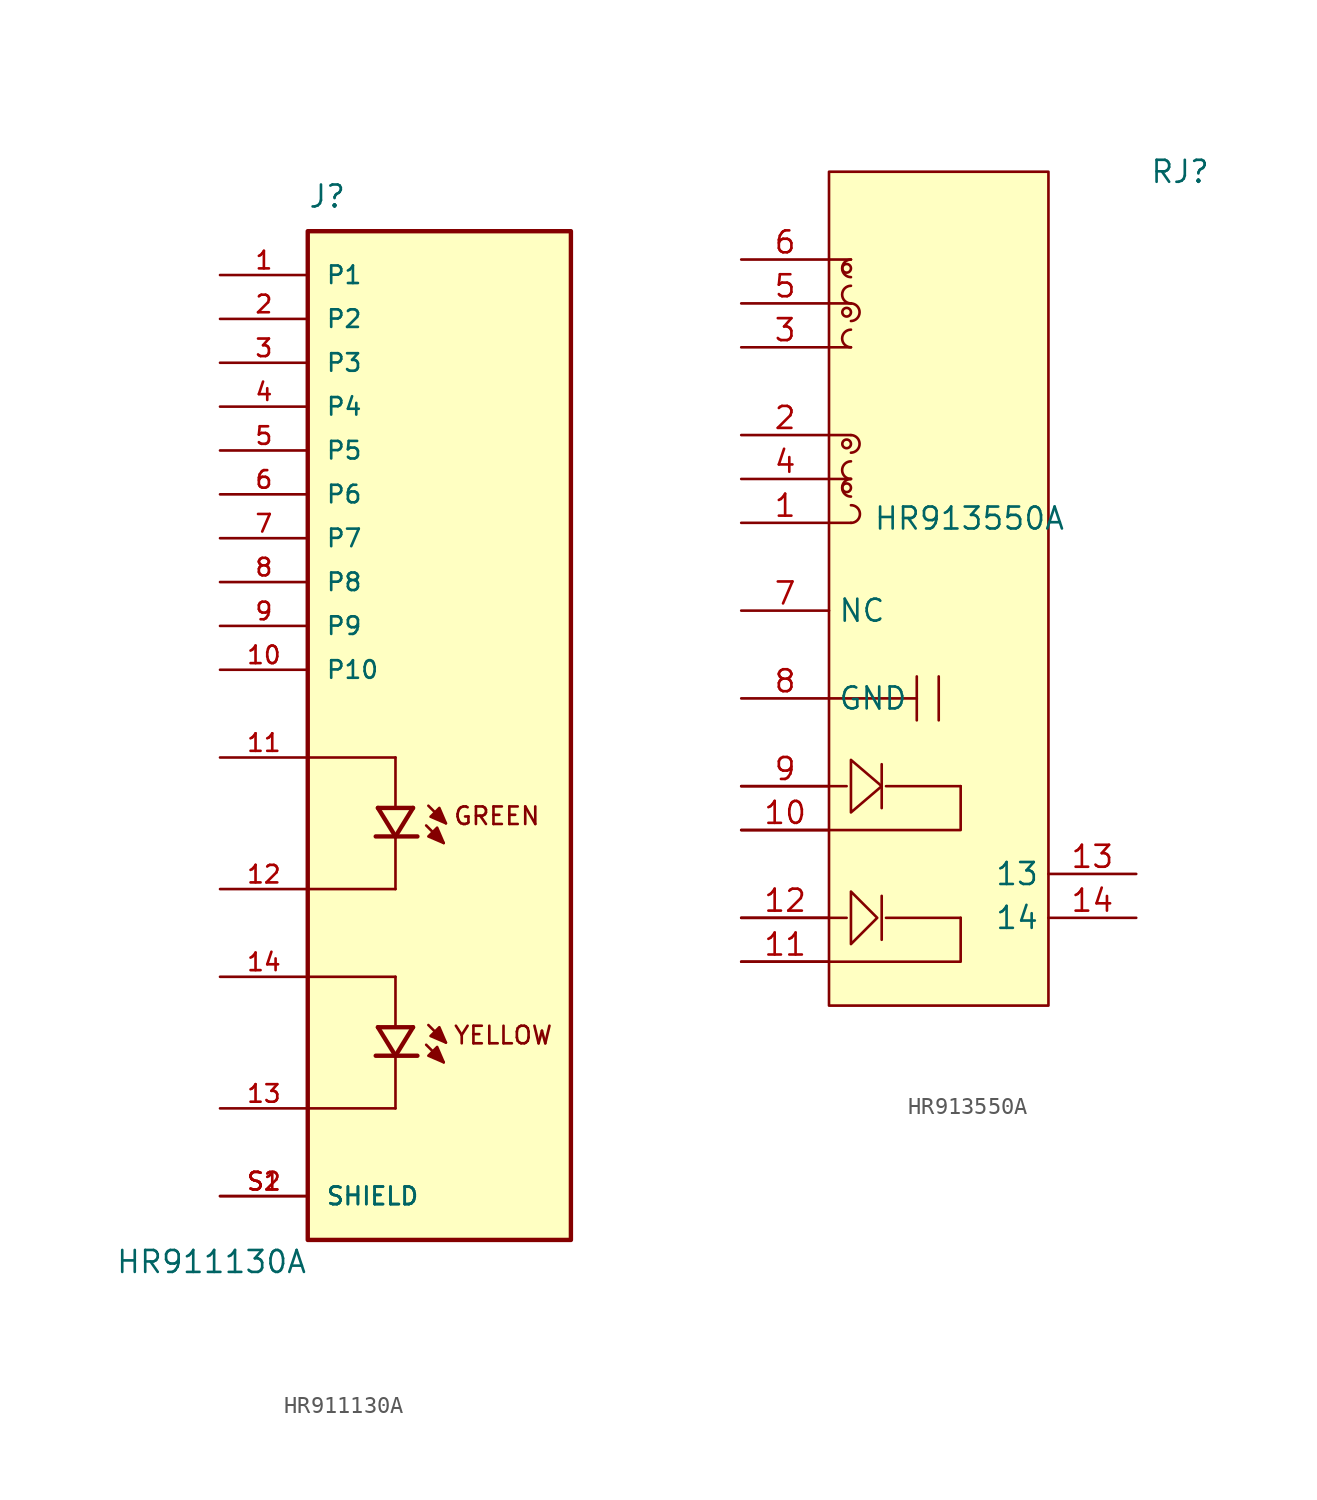
<source format=kicad_sym>
(kicad_symbol_lib
  (version 20241209)
  (generator "kicad_symbol_editor")
  (generator_version "9.0")
  (symbol "HR911130A"
    (pin_names
      (offset 1.016))
    (property "Reference" "J"
      (at -7.62 29.21 0)
      (effects (font (size 1.27 1.27)) (justify left bottom)))
    (property "Value" "HR911130A"
      (at -7.62 -31.75 0)
      (effects (font (size 1.27 1.27)) (justify right)))
    (symbol "HR911130A_0_0"
      (rectangle (start -7.62 27.94) (end 7.62 -30.48) (stroke (width 0.254) (type default)) (fill (type background)))
      (polyline (pts (xy -7.62 -2.54) (xy -2.54 -2.54)) (stroke (width 0.152) (type default)) (fill (type none)))
      (polyline (pts (xy -7.62 -15.24) (xy -2.54 -15.24)) (stroke (width 0.152) (type default)) (fill (type none)))
      (polyline (pts (xy -3.683 -7.112) (xy -2.54 -7.112)) (stroke (width 0.254) (type default)) (fill (type none)))
      (polyline (pts (xy -3.683 -19.812) (xy -2.54 -19.812)) (stroke (width 0.254) (type default)) (fill (type none)))
      (polyline (pts (xy -3.556 -5.461) (xy -2.54 -7.112)) (stroke (width 0.254) (type default)) (fill (type none)))
      (polyline (pts (xy -3.556 -5.461) (xy -1.524 -5.461)) (stroke (width 0.254) (type default)) (fill (type none)))
      (polyline (pts (xy -3.556 -18.161) (xy -2.54 -19.812)) (stroke (width 0.254) (type default)) (fill (type none)))
      (polyline (pts (xy -3.556 -18.161) (xy -1.524 -18.161)) (stroke (width 0.254) (type default)) (fill (type none)))
      (polyline (pts (xy -2.54 -2.54) (xy -2.54 -5.334)) (stroke (width 0.152) (type default)) (fill (type none)))
      (polyline (pts (xy -2.54 -7.112) (xy -1.524 -5.461)) (stroke (width 0.254) (type default)) (fill (type none)))
      (polyline (pts (xy -2.54 -7.112) (xy -1.27 -7.112)) (stroke (width 0.254) (type default)) (fill (type none)))
      (polyline (pts (xy -2.54 -7.239) (xy -2.54 -10.16)) (stroke (width 0.152) (type default)) (fill (type none)))
      (polyline (pts (xy -2.54 -10.16) (xy -7.62 -10.16)) (stroke (width 0.152) (type default)) (fill (type none)))
      (polyline (pts (xy -2.54 -15.24) (xy -2.54 -18.034)) (stroke (width 0.152) (type default)) (fill (type none)))
      (polyline (pts (xy -2.54 -19.812) (xy -1.524 -18.161)) (stroke (width 0.254) (type default)) (fill (type none)))
      (polyline (pts (xy -2.54 -19.812) (xy -1.27 -19.812)) (stroke (width 0.254) (type default)) (fill (type none)))
      (polyline (pts (xy -2.54 -19.939) (xy -2.54 -22.86)) (stroke (width 0.152) (type default)) (fill (type none)))
      (polyline (pts (xy -2.54 -22.86) (xy -7.62 -22.86)) (stroke (width 0.152) (type default)) (fill (type none)))
      (polyline (pts (xy -0.762 -6.477) (xy 0.254 -7.493)) (stroke (width 0.152) (type default)) (fill (type none)))
      (polyline (pts (xy -0.762 -19.177) (xy 0.254 -20.193)) (stroke (width 0.152) (type default)) (fill (type none)))
      (polyline (pts (xy -0.635 -5.334) (xy 0.381 -6.35)) (stroke (width 0.152) (type default)) (fill (type none)))
      (polyline (pts (xy -0.635 -18.034) (xy 0.381 -19.05)) (stroke (width 0.152) (type default)) (fill (type none)))
      (polyline (pts (xy 0.254 -7.493) (xy -0.127 -6.604) (xy -0.635 -7.112) (xy 0.254 -7.493)) (stroke (width 0.152) (type default)) (fill (type outline)))
      (polyline (pts (xy 0.254 -20.193) (xy -0.127 -19.304) (xy -0.635 -19.812) (xy 0.254 -20.193)) (stroke (width 0.152) (type default)) (fill (type outline)))
      (polyline (pts (xy 0.381 -6.35) (xy 0 -5.461) (xy -0.508 -5.969) (xy 0.381 -6.35)) (stroke (width 0.152) (type default)) (fill (type outline)))
      (polyline (pts (xy 0.381 -19.05) (xy 0 -18.161) (xy -0.508 -18.669) (xy 0.381 -19.05)) (stroke (width 0.152) (type default)) (fill (type outline)))
      (text "GREEN" (at 0.762 -5.334 0) (effects (font (size 1.016 1.016)) (justify left top)))
      (text "YELLOW" (at 0.762 -18.034 0) (effects (font (size 1.016 1.016)) (justify left top)))
      (pin passive line (at -12.7 25.4 0) (length 5.08) (name "P1" (effects (font (size 1.016 1.016)))) (number "1" (effects (font (size 1.016 1.016)))))
      (pin passive line (at -12.7 22.86 0) (length 5.08) (name "P2" (effects (font (size 1.016 1.016)))) (number "2" (effects (font (size 1.016 1.016)))))
      (pin passive line (at -12.7 20.32 0) (length 5.08) (name "P3" (effects (font (size 1.016 1.016)))) (number "3" (effects (font (size 1.016 1.016)))))
      (pin passive line (at -12.7 17.78 0) (length 5.08) (name "P4" (effects (font (size 1.016 1.016)))) (number "4" (effects (font (size 1.016 1.016)))))
      (pin passive line (at -12.7 15.24 0) (length 5.08) (name "P5" (effects (font (size 1.016 1.016)))) (number "5" (effects (font (size 1.016 1.016)))))
      (pin passive line (at -12.7 12.7 0) (length 5.08) (name "P6" (effects (font (size 1.016 1.016)))) (number "6" (effects (font (size 1.016 1.016)))))
      (pin passive line (at -12.7 10.16 0) (length 5.08) (name "P7" (effects (font (size 1.016 1.016)))) (number "7" (effects (font (size 1.016 1.016)))))
      (pin passive line (at -12.7 7.62 0) (length 5.08) (name "P8" (effects (font (size 1.016 1.016)))) (number "8" (effects (font (size 1.016 1.016)))))
      (pin passive line (at -12.7 5.08 0) (length 5.08) (name "P9" (effects (font (size 1.016 1.016)))) (number "9" (effects (font (size 1.016 1.016)))))
      (pin passive line (at -12.7 2.54 0) (length 5.08) (name "P10" (effects (font (size 1.016 1.016)))) (number "10" (effects (font (size 1.016 1.016)))))
      (pin passive line (at -12.7 -10.16 0) (length 5.08) (name "~" (effects (font (size 1.016 1.016)))) (number "12" (effects (font (size 1.016 1.016)))))
      (pin passive line (at -12.7 -22.86 0) (length 5.08) (name "~" (effects (font (size 1.016 1.016)))) (number "13" (effects (font (size 1.016 1.016)))))
      (pin passive line (at -12.7 -27.94 0) (length 5.08) (name "SHIELD" (effects (font (size 1.016 1.016)))) (number "S1" (effects (font (size 1.016 1.016)))))
      (pin passive line (at -12.7 -27.94 0) (length 5.08) (name "SHIELD" (effects (font (size 1.016 1.016)))) (number "S2" (effects (font (size 1.016 1.016))))))
    (symbol "HR911130A_1_0"
      (pin input line (at -12.7 -2.54 0) (length 5.08) (name "~" (effects (font (size 1.016 1.016)))) (number "11" (effects (font (size 1.016 1.016)))))
      (pin input line (at -12.7 -15.24 0) (length 5.08) (name "~" (effects (font (size 1.016 1.016)))) (number "14" (effects (font (size 1.016 1.016)))))))
  (symbol "HR913550A"
    (property "Reference" "RJ"
      (at 0 24.13 0)
      (effects (font (size 1.27 1.27))))
    (property "Value" "HR913550A"
      (at -12.192 4.064 0)
      (effects (font (size 1.27 1.27))))
    (symbol "HR913550A_0_1"
      (rectangle (start -20.32 24.13) (end -7.62 -24.13) (stroke (width 0) (type default)) (fill (type background)))
      (polyline (pts (xy -20.32 16.51) (xy -19.05 16.51)) (stroke (width 0) (type default)) (fill (type none)))
      (polyline (pts (xy -20.32 6.35) (xy -19.05 6.35)) (stroke (width 0) (type default)) (fill (type none)))
      (circle (center -19.3 18.54) (radius 0.25) (stroke (width 0) (type default)) (fill (type none)))
      (circle (center -19.3 16) (radius 0.25) (stroke (width 0) (type default)) (fill (type none)))
      (circle (center -19.3 8.38) (radius 0.25) (stroke (width 0) (type default)) (fill (type none)))
      (circle (center -19.3 5.84) (radius 0.25) (stroke (width 0) (type default)) (fill (type none)))
      (polyline (pts (xy -19.3 -11.43) (xy -25.4 -11.43)) (stroke (width 0) (type default)) (fill (type none)))
      (polyline (pts (xy -19.3 -19.05) (xy -25.4 -19.05)) (stroke (width 0) (type default)) (fill (type none)))
      (arc (start -19.05 16.51) (mid -18.5495 16) (end -19.05 15.49) (stroke (width 0) (type default)) (fill (type none)))
      (arc (start -19.05 8.89) (mid -18.5495 8.38) (end -19.05 7.87) (stroke (width 0) (type default)) (fill (type none)))
      (polyline (pts (xy -19.05 19.05) (xy -20.32 19.05)) (stroke (width 0) (type default)) (fill (type none)))
      (polyline (pts (xy -19.05 13.97) (xy -20.32 13.97)) (stroke (width 0) (type default)) (fill (type none)))
      (polyline (pts (xy -19.05 8.89) (xy -20.32 8.89)) (stroke (width 0) (type default)) (fill (type none)))
      (polyline (pts (xy -19.05 3.81) (xy -20.32 3.81)) (stroke (width 0) (type default)) (fill (type none)))
      (polyline (pts (xy -19.05 -9.91) (xy -19.05 -12.95) (xy -17.27 -11.43) (xy -19.05 -9.91)) (stroke (width 0) (type default)) (fill (type background)))
      (polyline (pts (xy -19.05 -17.53) (xy -19.05 -20.57) (xy -17.53 -19.05) (xy -19.05 -17.53)) (stroke (width 0) (type default)) (fill (type background)))
      (arc (start -19.05 18.03) (mid -19.51 18.75) (end -19.05 19.05) (stroke (width 0) (type default)) (fill (type none)))
      (arc (start -19.05 16.51) (mid -19.51 17.23) (end -19.05 17.53) (stroke (width 0) (type default)) (fill (type none)))
      (arc (start -19.05 13.97) (mid -19.51 14.69) (end -19.05 14.99) (stroke (width 0) (type default)) (fill (type none)))
      (arc (start -19.05 6.35) (mid -19.51 7.07) (end -19.05 7.37) (stroke (width 0) (type default)) (fill (type none)))
      (arc (start -19.05 5.33) (mid -19.51 6.05) (end -19.05 6.35) (stroke (width 0) (type default)) (fill (type none)))
      (arc (start -19.05 4.83) (mid -18.5297 4.32) (end -19.05 3.81) (stroke (width 0) (type default)) (fill (type none)))
      (polyline (pts (xy -17.27 -10.16) (xy -17.27 -12.7)) (stroke (width 0) (type default)) (fill (type none)))
      (polyline (pts (xy -17.27 -17.78) (xy -17.27 -20.32)) (stroke (width 0) (type default)) (fill (type none)))
      (polyline (pts (xy -17.02 -11.43) (xy -12.7 -11.43)) (stroke (width 0) (type default)) (fill (type none)))
      (polyline (pts (xy -17.02 -19.05) (xy -12.7 -19.05)) (stroke (width 0) (type default)) (fill (type none)))
      (polyline (pts (xy -15.24 -5.08) (xy -15.24 -7.62)) (stroke (width 0) (type default)) (fill (type none)))
      (polyline (pts (xy -15.24 -6.35) (xy -20.32 -6.35)) (stroke (width 0) (type default)) (fill (type none)))
      (polyline (pts (xy -13.97 -5.08) (xy -13.97 -7.62)) (stroke (width 0) (type default)) (fill (type none)))
      (polyline (pts (xy -12.7 -11.43) (xy -12.7 -13.97) (xy -25.4 -13.97)) (stroke (width 0) (type default)) (fill (type none)))
      (polyline (pts (xy -12.7 -19.05) (xy -12.7 -21.59) (xy -25.4 -21.59)) (stroke (width 0) (type default)) (fill (type none)))
      (pin unspecified line (at -25.4 -1.27 0) (length 5.08) (name "NC" (effects (font (size 1.27 1.27)))) (number "7" (effects (font (size 1.27 1.27))))))
    (symbol "HR913550A_1_1"
      (pin input line (at -25.4 19.05 0) (length 5.08) (name "" (effects (font (size 1.27 1.27)))) (number "6" (effects (font (size 1.27 1.27)))))
      (pin input line (at -25.4 16.51 0) (length 5.08) (name "" (effects (font (size 1.27 1.27)))) (number "5" (effects (font (size 1.27 1.27)))))
      (pin input line (at -25.4 13.97 0) (length 5.08) (name "" (effects (font (size 1.27 1.27)))) (number "3" (effects (font (size 1.27 1.27)))))
      (pin input line (at -25.4 8.89 0) (length 5.08) (name "" (effects (font (size 1.27 1.27)))) (number "2" (effects (font (size 1.27 1.27)))))
      (pin input line (at -25.4 6.35 0) (length 5.08) (name "" (effects (font (size 1.27 1.27)))) (number "4" (effects (font (size 1.27 1.27)))))
      (pin input line (at -25.4 3.81 0) (length 5.08) (name "" (effects (font (size 1.27 1.27)))) (number "1" (effects (font (size 1.27 1.27)))))
      (pin passive line (at -25.4 -6.35 0) (length 5.08) (name "GND" (effects (font (size 1.27 1.27)))) (number "8" (effects (font (size 1.27 1.27)))))
      (pin input line (at -25.4 -11.43 0) (length 5.08) (name "" (effects (font (size 1.27 1.27)))) (number "9" (effects (font (size 1.27 1.27)))))
      (pin output line (at -25.4 -13.97 0) (length 5.08) (name "" (effects (font (size 1.27 1.27)))) (number "10" (effects (font (size 1.27 1.27)))))
      (pin input line (at -25.4 -19.05 0) (length 5.08) (name "" (effects (font (size 1.27 1.27)))) (number "12" (effects (font (size 1.27 1.27)))))
      (pin output line (at -25.4 -21.59 0) (length 5.08) (name "" (effects (font (size 1.27 1.27)))) (number "11" (effects (font (size 1.27 1.27)))))
      (pin passive line (at -2.54 -16.51 180) (length 5.08) (name "13" (effects (font (size 1.27 1.27)))) (number "13" (effects (font (size 1.27 1.27)))))
      (pin passive line (at -2.54 -19.05 180) (length 5.08) (name "14" (effects (font (size 1.27 1.27)))) (number "14" (effects (font (size 1.27 1.27))))))))
</source>
